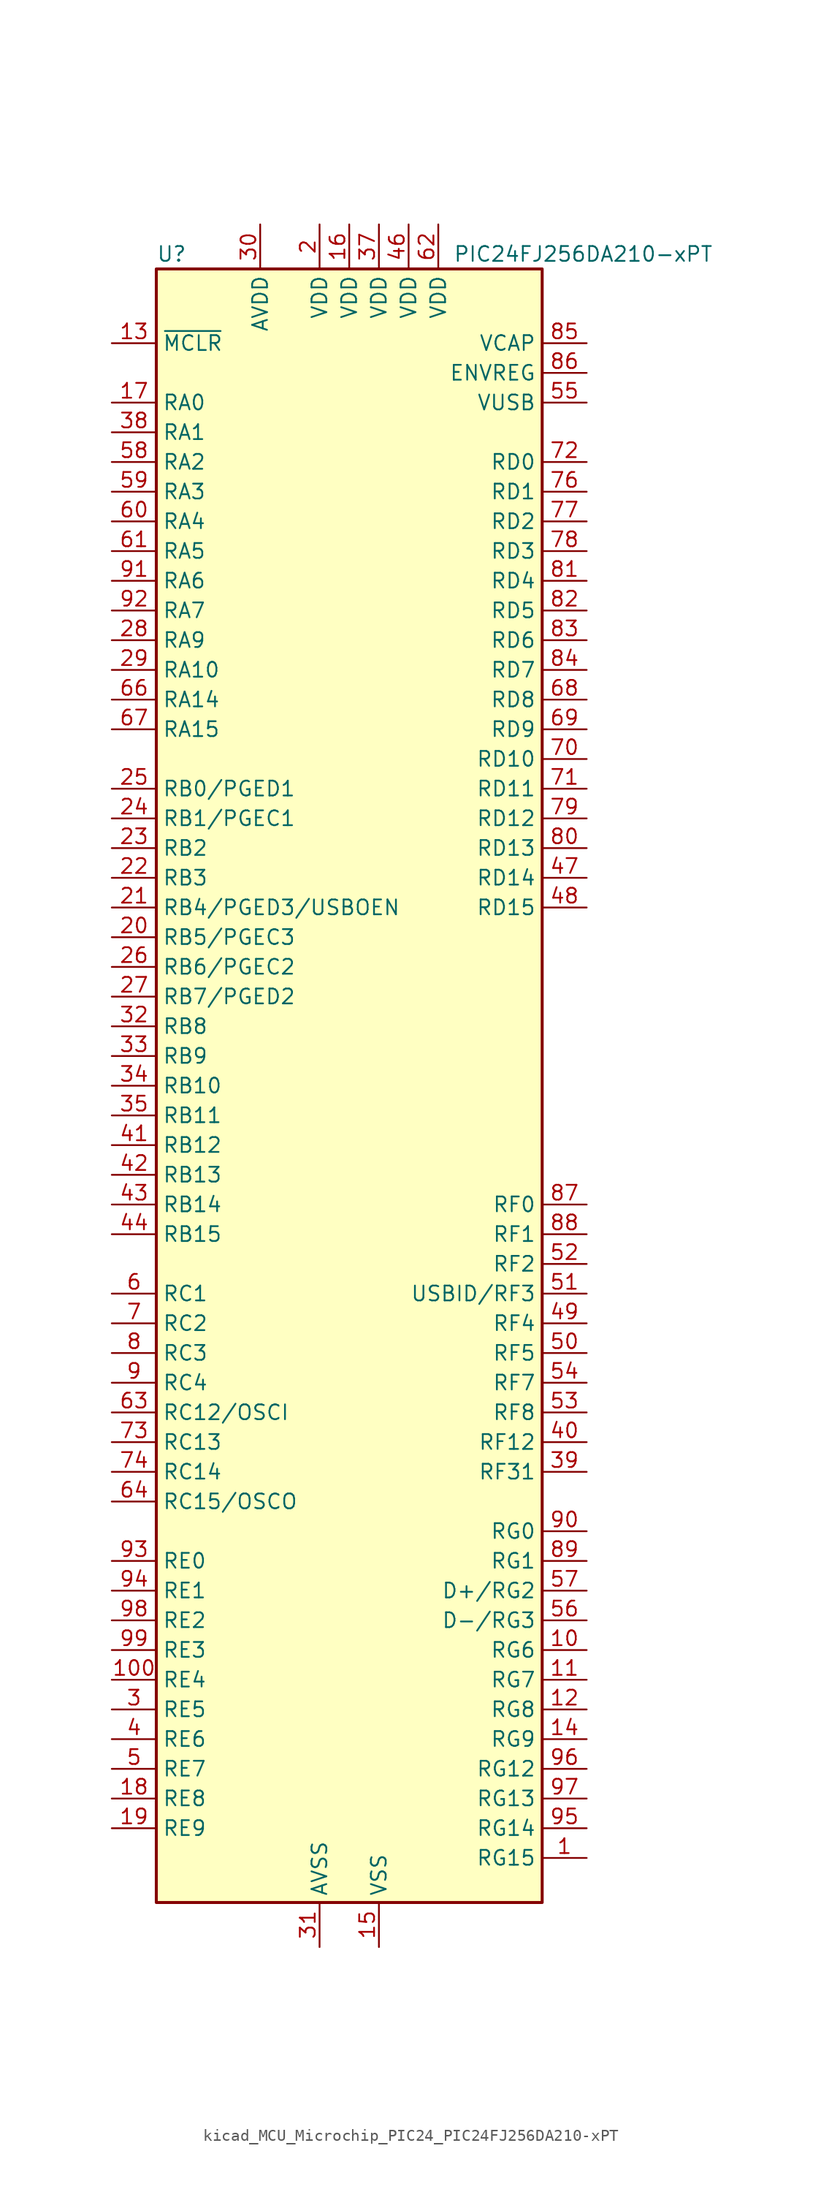
<source format=kicad_sym>
(kicad_symbol_lib
  (version 20220914)
  (generator kicad_symbol_editor)
  (symbol "kicad_MCU_Microchip_PIC24_PIC24FJ256DA210-xPT"
    (property "Reference" "U"
      (at -16.51 71.12 0)
      (effects (font (size 1.27 1.27)) (justify left)))
    (property "Value" "PIC24FJ256DA210-xPT"
      (at 8.89 71.12 0)
      (effects (font (size 1.27 1.27)) (justify left)))
    (symbol "kicad_MCU_Microchip_PIC24_PIC24FJ256DA210-xPT_1_1"
      (rectangle (start -16.51 69.85) (end 16.51 -69.85) (stroke (width 0.254) (type default)) (fill (type background)))
      (pin bidirectional line (at 20.32 -66.04 180) (length 3.81) (name "RG15" (effects (font (size 1.27 1.27)))) (number "1" (effects (font (size 1.27 1.27)))))
      (pin bidirectional line (at 20.32 -48.26 180) (length 3.81) (name "RG6" (effects (font (size 1.27 1.27)))) (number "10" (effects (font (size 1.27 1.27)))))
      (pin bidirectional line (at -20.32 -50.8 0) (length 3.81) (name "RE4" (effects (font (size 1.27 1.27)))) (number "100" (effects (font (size 1.27 1.27)))))
      (pin bidirectional line (at 20.32 -50.8 180) (length 3.81) (name "RG7" (effects (font (size 1.27 1.27)))) (number "11" (effects (font (size 1.27 1.27)))))
      (pin bidirectional line (at 20.32 -53.34 180) (length 3.81) (name "RG8" (effects (font (size 1.27 1.27)))) (number "12" (effects (font (size 1.27 1.27)))))
      (pin input line (at -20.32 63.5 0) (length 3.81) (name "~{MCLR}" (effects (font (size 1.27 1.27)))) (number "13" (effects (font (size 1.27 1.27)))))
      (pin bidirectional line (at 20.32 -55.88 180) (length 3.81) (name "RG9" (effects (font (size 1.27 1.27)))) (number "14" (effects (font (size 1.27 1.27)))))
      (pin power_in line (at 2.54 -73.66 90) (length 3.81) (name "VSS" (effects (font (size 1.27 1.27)))) (number "15" (effects (font (size 1.27 1.27)))))
      (pin power_in line (at 0 73.66 270) (length 3.81) (name "VDD" (effects (font (size 1.27 1.27)))) (number "16" (effects (font (size 1.27 1.27)))))
      (pin bidirectional line (at -20.32 58.42 0) (length 3.81) (name "RA0" (effects (font (size 1.27 1.27)))) (number "17" (effects (font (size 1.27 1.27)))))
      (pin bidirectional line (at -20.32 -60.96 0) (length 3.81) (name "RE8" (effects (font (size 1.27 1.27)))) (number "18" (effects (font (size 1.27 1.27)))))
      (pin bidirectional line (at -20.32 -63.5 0) (length 3.81) (name "RE9" (effects (font (size 1.27 1.27)))) (number "19" (effects (font (size 1.27 1.27)))))
      (pin power_in line (at -2.54 73.66 270) (length 3.81) (name "VDD" (effects (font (size 1.27 1.27)))) (number "2" (effects (font (size 1.27 1.27)))))
      (pin bidirectional line (at -20.32 12.7 0) (length 3.81) (name "RB5/PGEC3" (effects (font (size 1.27 1.27)))) (number "20" (effects (font (size 1.27 1.27)))))
      (pin bidirectional line (at -20.32 15.24 0) (length 3.81) (name "RB4/PGED3/USBOEN" (effects (font (size 1.27 1.27)))) (number "21" (effects (font (size 1.27 1.27)))))
      (pin bidirectional line (at -20.32 17.78 0) (length 3.81) (name "RB3" (effects (font (size 1.27 1.27)))) (number "22" (effects (font (size 1.27 1.27)))))
      (pin bidirectional line (at -20.32 20.32 0) (length 3.81) (name "RB2" (effects (font (size 1.27 1.27)))) (number "23" (effects (font (size 1.27 1.27)))))
      (pin bidirectional line (at -20.32 22.86 0) (length 3.81) (name "RB1/PGEC1" (effects (font (size 1.27 1.27)))) (number "24" (effects (font (size 1.27 1.27)))))
      (pin bidirectional line (at -20.32 25.4 0) (length 3.81) (name "RB0/PGED1" (effects (font (size 1.27 1.27)))) (number "25" (effects (font (size 1.27 1.27)))))
      (pin bidirectional line (at -20.32 10.16 0) (length 3.81) (name "RB6/PGEC2" (effects (font (size 1.27 1.27)))) (number "26" (effects (font (size 1.27 1.27)))))
      (pin bidirectional line (at -20.32 7.62 0) (length 3.81) (name "RB7/PGED2" (effects (font (size 1.27 1.27)))) (number "27" (effects (font (size 1.27 1.27)))))
      (pin bidirectional line (at -20.32 38.1 0) (length 3.81) (name "RA9" (effects (font (size 1.27 1.27)))) (number "28" (effects (font (size 1.27 1.27)))))
      (pin bidirectional line (at -20.32 35.56 0) (length 3.81) (name "RA10" (effects (font (size 1.27 1.27)))) (number "29" (effects (font (size 1.27 1.27)))))
      (pin bidirectional line (at -20.32 -53.34 0) (length 3.81) (name "RE5" (effects (font (size 1.27 1.27)))) (number "3" (effects (font (size 1.27 1.27)))))
      (pin power_in line (at -7.62 73.66 270) (length 3.81) (name "AVDD" (effects (font (size 1.27 1.27)))) (number "30" (effects (font (size 1.27 1.27)))))
      (pin power_in line (at -2.54 -73.66 90) (length 3.81) (name "AVSS" (effects (font (size 1.27 1.27)))) (number "31" (effects (font (size 1.27 1.27)))))
      (pin bidirectional line (at -20.32 5.08 0) (length 3.81) (name "RB8" (effects (font (size 1.27 1.27)))) (number "32" (effects (font (size 1.27 1.27)))))
      (pin bidirectional line (at -20.32 2.54 0) (length 3.81) (name "RB9" (effects (font (size 1.27 1.27)))) (number "33" (effects (font (size 1.27 1.27)))))
      (pin bidirectional line (at -20.32 0 0) (length 3.81) (name "RB10" (effects (font (size 1.27 1.27)))) (number "34" (effects (font (size 1.27 1.27)))))
      (pin bidirectional line (at -20.32 -2.54 0) (length 3.81) (name "RB11" (effects (font (size 1.27 1.27)))) (number "35" (effects (font (size 1.27 1.27)))))
      (pin passive line (at 2.54 -73.66 90) (length 3.81) hide (name "VSS" (effects (font (size 1.27 1.27)))) (number "36" (effects (font (size 1.27 1.27)))))
      (pin power_in line (at 2.54 73.66 270) (length 3.81) (name "VDD" (effects (font (size 1.27 1.27)))) (number "37" (effects (font (size 1.27 1.27)))))
      (pin bidirectional line (at -20.32 55.88 0) (length 3.81) (name "RA1" (effects (font (size 1.27 1.27)))) (number "38" (effects (font (size 1.27 1.27)))))
      (pin bidirectional line (at 20.32 -33.02 180) (length 3.81) (name "RF31" (effects (font (size 1.27 1.27)))) (number "39" (effects (font (size 1.27 1.27)))))
      (pin bidirectional line (at -20.32 -55.88 0) (length 3.81) (name "RE6" (effects (font (size 1.27 1.27)))) (number "4" (effects (font (size 1.27 1.27)))))
      (pin bidirectional line (at 20.32 -30.48 180) (length 3.81) (name "RF12" (effects (font (size 1.27 1.27)))) (number "40" (effects (font (size 1.27 1.27)))))
      (pin bidirectional line (at -20.32 -5.08 0) (length 3.81) (name "RB12" (effects (font (size 1.27 1.27)))) (number "41" (effects (font (size 1.27 1.27)))))
      (pin bidirectional line (at -20.32 -7.62 0) (length 3.81) (name "RB13" (effects (font (size 1.27 1.27)))) (number "42" (effects (font (size 1.27 1.27)))))
      (pin bidirectional line (at -20.32 -10.16 0) (length 3.81) (name "RB14" (effects (font (size 1.27 1.27)))) (number "43" (effects (font (size 1.27 1.27)))))
      (pin bidirectional line (at -20.32 -12.7 0) (length 3.81) (name "RB15" (effects (font (size 1.27 1.27)))) (number "44" (effects (font (size 1.27 1.27)))))
      (pin passive line (at 2.54 -73.66 90) (length 3.81) hide (name "VSS" (effects (font (size 1.27 1.27)))) (number "45" (effects (font (size 1.27 1.27)))))
      (pin power_in line (at 5.08 73.66 270) (length 3.81) (name "VDD" (effects (font (size 1.27 1.27)))) (number "46" (effects (font (size 1.27 1.27)))))
      (pin bidirectional line (at 20.32 17.78 180) (length 3.81) (name "RD14" (effects (font (size 1.27 1.27)))) (number "47" (effects (font (size 1.27 1.27)))))
      (pin bidirectional line (at 20.32 15.24 180) (length 3.81) (name "RD15" (effects (font (size 1.27 1.27)))) (number "48" (effects (font (size 1.27 1.27)))))
      (pin bidirectional line (at 20.32 -20.32 180) (length 3.81) (name "RF4" (effects (font (size 1.27 1.27)))) (number "49" (effects (font (size 1.27 1.27)))))
      (pin bidirectional line (at -20.32 -58.42 0) (length 3.81) (name "RE7" (effects (font (size 1.27 1.27)))) (number "5" (effects (font (size 1.27 1.27)))))
      (pin bidirectional line (at 20.32 -22.86 180) (length 3.81) (name "RF5" (effects (font (size 1.27 1.27)))) (number "50" (effects (font (size 1.27 1.27)))))
      (pin bidirectional line (at 20.32 -17.78 180) (length 3.81) (name "USBID/RF3" (effects (font (size 1.27 1.27)))) (number "51" (effects (font (size 1.27 1.27)))))
      (pin bidirectional line (at 20.32 -15.24 180) (length 3.81) (name "RF2" (effects (font (size 1.27 1.27)))) (number "52" (effects (font (size 1.27 1.27)))))
      (pin bidirectional line (at 20.32 -27.94 180) (length 3.81) (name "RF8" (effects (font (size 1.27 1.27)))) (number "53" (effects (font (size 1.27 1.27)))))
      (pin bidirectional line (at 20.32 -25.4 180) (length 3.81) (name "RF7" (effects (font (size 1.27 1.27)))) (number "54" (effects (font (size 1.27 1.27)))))
      (pin bidirectional line (at 20.32 58.42 180) (length 3.81) (name "VUSB" (effects (font (size 1.27 1.27)))) (number "55" (effects (font (size 1.27 1.27)))))
      (pin bidirectional line (at 20.32 -45.72 180) (length 3.81) (name "D-/RG3" (effects (font (size 1.27 1.27)))) (number "56" (effects (font (size 1.27 1.27)))))
      (pin bidirectional line (at 20.32 -43.18 180) (length 3.81) (name "D+/RG2" (effects (font (size 1.27 1.27)))) (number "57" (effects (font (size 1.27 1.27)))))
      (pin bidirectional line (at -20.32 53.34 0) (length 3.81) (name "RA2" (effects (font (size 1.27 1.27)))) (number "58" (effects (font (size 1.27 1.27)))))
      (pin bidirectional line (at -20.32 50.8 0) (length 3.81) (name "RA3" (effects (font (size 1.27 1.27)))) (number "59" (effects (font (size 1.27 1.27)))))
      (pin bidirectional line (at -20.32 -17.78 0) (length 3.81) (name "RC1" (effects (font (size 1.27 1.27)))) (number "6" (effects (font (size 1.27 1.27)))))
      (pin bidirectional line (at -20.32 48.26 0) (length 3.81) (name "RA4" (effects (font (size 1.27 1.27)))) (number "60" (effects (font (size 1.27 1.27)))))
      (pin bidirectional line (at -20.32 45.72 0) (length 3.81) (name "RA5" (effects (font (size 1.27 1.27)))) (number "61" (effects (font (size 1.27 1.27)))))
      (pin power_in line (at 7.62 73.66 270) (length 3.81) (name "VDD" (effects (font (size 1.27 1.27)))) (number "62" (effects (font (size 1.27 1.27)))))
      (pin bidirectional line (at -20.32 -27.94 0) (length 3.81) (name "RC12/OSCI" (effects (font (size 1.27 1.27)))) (number "63" (effects (font (size 1.27 1.27)))))
      (pin bidirectional line (at -20.32 -35.56 0) (length 3.81) (name "RC15/OSCO" (effects (font (size 1.27 1.27)))) (number "64" (effects (font (size 1.27 1.27)))))
      (pin passive line (at 2.54 -73.66 90) (length 3.81) hide (name "VSS" (effects (font (size 1.27 1.27)))) (number "65" (effects (font (size 1.27 1.27)))))
      (pin bidirectional line (at -20.32 33.02 0) (length 3.81) (name "RA14" (effects (font (size 1.27 1.27)))) (number "66" (effects (font (size 1.27 1.27)))))
      (pin bidirectional line (at -20.32 30.48 0) (length 3.81) (name "RA15" (effects (font (size 1.27 1.27)))) (number "67" (effects (font (size 1.27 1.27)))))
      (pin bidirectional line (at 20.32 33.02 180) (length 3.81) (name "RD8" (effects (font (size 1.27 1.27)))) (number "68" (effects (font (size 1.27 1.27)))))
      (pin bidirectional line (at 20.32 30.48 180) (length 3.81) (name "RD9" (effects (font (size 1.27 1.27)))) (number "69" (effects (font (size 1.27 1.27)))))
      (pin bidirectional line (at -20.32 -20.32 0) (length 3.81) (name "RC2" (effects (font (size 1.27 1.27)))) (number "7" (effects (font (size 1.27 1.27)))))
      (pin bidirectional line (at 20.32 27.94 180) (length 3.81) (name "RD10" (effects (font (size 1.27 1.27)))) (number "70" (effects (font (size 1.27 1.27)))))
      (pin bidirectional line (at 20.32 25.4 180) (length 3.81) (name "RD11" (effects (font (size 1.27 1.27)))) (number "71" (effects (font (size 1.27 1.27)))))
      (pin bidirectional line (at 20.32 53.34 180) (length 3.81) (name "RD0" (effects (font (size 1.27 1.27)))) (number "72" (effects (font (size 1.27 1.27)))))
      (pin bidirectional line (at -20.32 -30.48 0) (length 3.81) (name "RC13" (effects (font (size 1.27 1.27)))) (number "73" (effects (font (size 1.27 1.27)))))
      (pin bidirectional line (at -20.32 -33.02 0) (length 3.81) (name "RC14" (effects (font (size 1.27 1.27)))) (number "74" (effects (font (size 1.27 1.27)))))
      (pin passive line (at 2.54 -73.66 90) (length 3.81) hide (name "VSS" (effects (font (size 1.27 1.27)))) (number "75" (effects (font (size 1.27 1.27)))))
      (pin bidirectional line (at 20.32 50.8 180) (length 3.81) (name "RD1" (effects (font (size 1.27 1.27)))) (number "76" (effects (font (size 1.27 1.27)))))
      (pin bidirectional line (at 20.32 48.26 180) (length 3.81) (name "RD2" (effects (font (size 1.27 1.27)))) (number "77" (effects (font (size 1.27 1.27)))))
      (pin bidirectional line (at 20.32 45.72 180) (length 3.81) (name "RD3" (effects (font (size 1.27 1.27)))) (number "78" (effects (font (size 1.27 1.27)))))
      (pin bidirectional line (at 20.32 22.86 180) (length 3.81) (name "RD12" (effects (font (size 1.27 1.27)))) (number "79" (effects (font (size 1.27 1.27)))))
      (pin bidirectional line (at -20.32 -22.86 0) (length 3.81) (name "RC3" (effects (font (size 1.27 1.27)))) (number "8" (effects (font (size 1.27 1.27)))))
      (pin bidirectional line (at 20.32 20.32 180) (length 3.81) (name "RD13" (effects (font (size 1.27 1.27)))) (number "80" (effects (font (size 1.27 1.27)))))
      (pin bidirectional line (at 20.32 43.18 180) (length 3.81) (name "RD4" (effects (font (size 1.27 1.27)))) (number "81" (effects (font (size 1.27 1.27)))))
      (pin bidirectional line (at 20.32 40.64 180) (length 3.81) (name "RD5" (effects (font (size 1.27 1.27)))) (number "82" (effects (font (size 1.27 1.27)))))
      (pin bidirectional line (at 20.32 38.1 180) (length 3.81) (name "RD6" (effects (font (size 1.27 1.27)))) (number "83" (effects (font (size 1.27 1.27)))))
      (pin bidirectional line (at 20.32 35.56 180) (length 3.81) (name "RD7" (effects (font (size 1.27 1.27)))) (number "84" (effects (font (size 1.27 1.27)))))
      (pin passive line (at 20.32 63.5 180) (length 3.81) (name "VCAP" (effects (font (size 1.27 1.27)))) (number "85" (effects (font (size 1.27 1.27)))))
      (pin input line (at 20.32 60.96 180) (length 3.81) (name "ENVREG" (effects (font (size 1.27 1.27)))) (number "86" (effects (font (size 1.27 1.27)))))
      (pin bidirectional line (at 20.32 -10.16 180) (length 3.81) (name "RF0" (effects (font (size 1.27 1.27)))) (number "87" (effects (font (size 1.27 1.27)))))
      (pin bidirectional line (at 20.32 -12.7 180) (length 3.81) (name "RF1" (effects (font (size 1.27 1.27)))) (number "88" (effects (font (size 1.27 1.27)))))
      (pin bidirectional line (at 20.32 -40.64 180) (length 3.81) (name "RG1" (effects (font (size 1.27 1.27)))) (number "89" (effects (font (size 1.27 1.27)))))
      (pin bidirectional line (at -20.32 -25.4 0) (length 3.81) (name "RC4" (effects (font (size 1.27 1.27)))) (number "9" (effects (font (size 1.27 1.27)))))
      (pin bidirectional line (at 20.32 -38.1 180) (length 3.81) (name "RG0" (effects (font (size 1.27 1.27)))) (number "90" (effects (font (size 1.27 1.27)))))
      (pin bidirectional line (at -20.32 43.18 0) (length 3.81) (name "RA6" (effects (font (size 1.27 1.27)))) (number "91" (effects (font (size 1.27 1.27)))))
      (pin bidirectional line (at -20.32 40.64 0) (length 3.81) (name "RA7" (effects (font (size 1.27 1.27)))) (number "92" (effects (font (size 1.27 1.27)))))
      (pin bidirectional line (at -20.32 -40.64 0) (length 3.81) (name "RE0" (effects (font (size 1.27 1.27)))) (number "93" (effects (font (size 1.27 1.27)))))
      (pin bidirectional line (at -20.32 -43.18 0) (length 3.81) (name "RE1" (effects (font (size 1.27 1.27)))) (number "94" (effects (font (size 1.27 1.27)))))
      (pin bidirectional line (at 20.32 -63.5 180) (length 3.81) (name "RG14" (effects (font (size 1.27 1.27)))) (number "95" (effects (font (size 1.27 1.27)))))
      (pin bidirectional line (at 20.32 -58.42 180) (length 3.81) (name "RG12" (effects (font (size 1.27 1.27)))) (number "96" (effects (font (size 1.27 1.27)))))
      (pin bidirectional line (at 20.32 -60.96 180) (length 3.81) (name "RG13" (effects (font (size 1.27 1.27)))) (number "97" (effects (font (size 1.27 1.27)))))
      (pin bidirectional line (at -20.32 -45.72 0) (length 3.81) (name "RE2" (effects (font (size 1.27 1.27)))) (number "98" (effects (font (size 1.27 1.27)))))
      (pin bidirectional line (at -20.32 -48.26 0) (length 3.81) (name "RE3" (effects (font (size 1.27 1.27)))) (number "99" (effects (font (size 1.27 1.27))))))))
</source>
